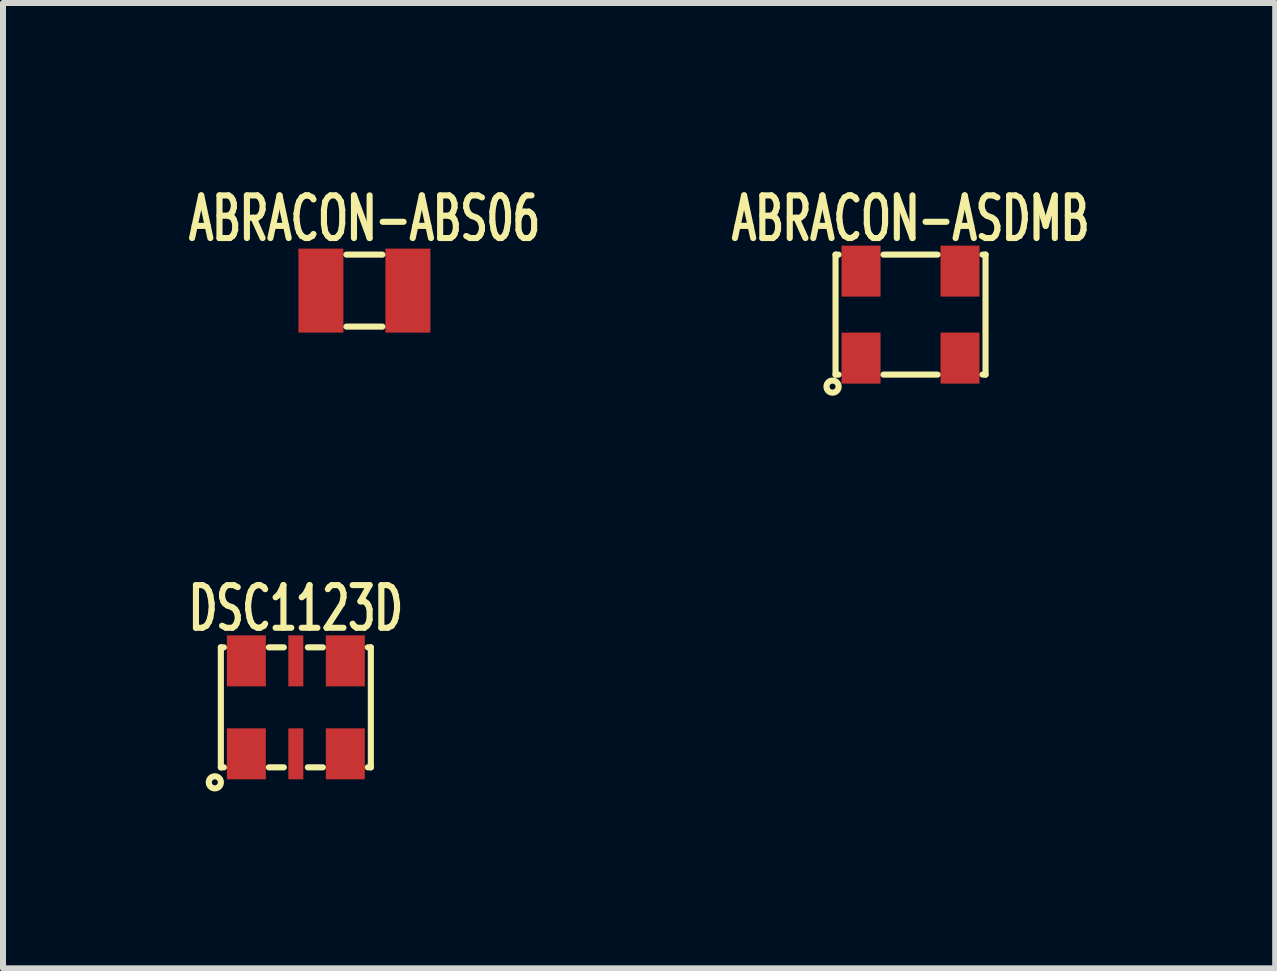
<source format=kicad_pcb>
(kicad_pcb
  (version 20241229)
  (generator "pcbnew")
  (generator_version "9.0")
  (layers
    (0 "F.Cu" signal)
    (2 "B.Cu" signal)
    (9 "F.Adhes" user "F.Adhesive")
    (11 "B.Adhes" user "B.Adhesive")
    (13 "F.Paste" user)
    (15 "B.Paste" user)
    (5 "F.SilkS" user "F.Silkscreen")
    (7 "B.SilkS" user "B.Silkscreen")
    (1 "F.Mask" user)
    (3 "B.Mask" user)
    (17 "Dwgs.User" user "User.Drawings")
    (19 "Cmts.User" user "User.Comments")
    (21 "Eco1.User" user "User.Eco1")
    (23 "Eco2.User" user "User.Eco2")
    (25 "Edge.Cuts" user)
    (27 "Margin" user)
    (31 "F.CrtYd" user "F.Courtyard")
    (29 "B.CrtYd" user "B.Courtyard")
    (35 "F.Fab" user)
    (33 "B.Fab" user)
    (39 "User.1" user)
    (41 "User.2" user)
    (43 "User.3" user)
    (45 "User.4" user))
  (footprint "DSC1123D"
    (layer "F.Cu")
    (at 1.881 8.74)
    (property "Reference" "DSC1123D" (at 0 -1.65 0) (layer "F.SilkS") (effects (font (size 0.711 0.457) (thickness 0.102))))
    (attr through_hole)
    (fp_line (start -1.25 -1) (end -1.25 1) (stroke (width 0.102) (type solid)) (layer "F.SilkS"))
    (fp_line (start -1.25 1) (end -1.2 1) (stroke (width 0.102) (type solid)) (layer "F.SilkS"))
    (fp_line (start -1.2 -1) (end -1.25 -1) (stroke (width 0.102) (type solid)) (layer "F.SilkS"))
    (fp_line (start -0.45 1) (end -0.2 1) (stroke (width 0.102) (type solid)) (layer "F.SilkS"))
    (fp_line (start -0.2 -1) (end -0.45 -1) (stroke (width 0.102) (type solid)) (layer "F.SilkS"))
    (fp_line (start 0.2 1) (end 0.45 1) (stroke (width 0.102) (type solid)) (layer "F.SilkS"))
    (fp_line (start 0.45 -1) (end 0.2 -1) (stroke (width 0.102) (type solid)) (layer "F.SilkS"))
    (fp_line (start 1.2 1) (end 1.25 1) (stroke (width 0.102) (type solid)) (layer "F.SilkS"))
    (fp_line (start 1.25 -1) (end 1.2 -1) (stroke (width 0.102) (type solid)) (layer "F.SilkS"))
    (fp_line (start 1.25 1) (end 1.25 -1) (stroke (width 0.102) (type solid)) (layer "F.SilkS"))
    (fp_circle (center -1.35 1.25) (end -1.35 1.2) (stroke (width 0.102) (type solid)) (fill no) (layer "F.SilkS"))
    (pad "1" smd rect (at -0.825 0.775) (size 0.65 0.85) (layers "F.Cu" "F.Mask" "F.Paste"))
    (pad "2" smd rect (at 0 0.775) (size 0.25 0.85) (layers "F.Cu" "F.Mask" "F.Paste"))
    (pad "3" smd rect (at 0.825 0.775) (size 0.65 0.85) (layers "F.Cu" "F.Mask" "F.Paste"))
    (pad "4" smd rect (at 0.825 -0.775) (size 0.65 0.85) (layers "F.Cu" "F.Mask" "F.Paste"))
    (pad "5" smd rect (at 0 -0.775) (size 0.25 0.85) (layers "F.Cu" "F.Mask" "F.Paste"))
    (pad "6" smd rect (at -0.825 -0.775) (size 0.65 0.85) (layers "F.Cu" "F.Mask" "F.Paste")))
  (footprint "ABRACON-ASDMB"
    (layer "F.Cu")
    (at 12.127 2.194)
    (property "Reference" "ABRACON-ASDMB" (at 0 -1.6 0) (layer "F.SilkS") (effects (font (size 0.711 0.457) (thickness 0.102))))
    (attr through_hole)
    (fp_line (start -1.25 -1) (end -1.25 1) (stroke (width 0.102) (type solid)) (layer "F.SilkS"))
    (fp_line (start -1.25 -1) (end -1.2 -1) (stroke (width 0.102) (type solid)) (layer "F.SilkS"))
    (fp_line (start -1.25 1) (end -1.2 1) (stroke (width 0.102) (type solid)) (layer "F.SilkS"))
    (fp_line (start -0.45 1) (end 0.45 1) (stroke (width 0.102) (type solid)) (layer "F.SilkS"))
    (fp_line (start 0.45 -1) (end -0.45 -1) (stroke (width 0.102) (type solid)) (layer "F.SilkS"))
    (fp_line (start 1.2 1) (end 1.25 1) (stroke (width 0.102) (type solid)) (layer "F.SilkS"))
    (fp_line (start 1.25 -1) (end 1.2 -1) (stroke (width 0.102) (type solid)) (layer "F.SilkS"))
    (fp_line (start 1.25 1) (end 1.25 -1) (stroke (width 0.102) (type solid)) (layer "F.SilkS"))
    (fp_circle (center -1.3 1.2) (end -1.3 1.15) (stroke (width 0.102) (type solid)) (fill no) (layer "F.SilkS"))
    (pad "1" smd rect (at -0.825 0.725) (size 0.65 0.85) (layers "F.Cu" "F.Mask" "F.Paste"))
    (pad "2" smd rect (at 0.825 0.725) (size 0.65 0.85) (layers "F.Cu" "F.Mask" "F.Paste"))
    (pad "3" smd rect (at 0.825 -0.725) (size 0.65 0.85) (layers "F.Cu" "F.Mask" "F.Paste"))
    (pad "4" smd rect (at -0.825 -0.725) (size 0.65 0.85) (layers "F.Cu" "F.Mask" "F.Paste")))
  (footprint "ABRACON-ABS06"
    (layer "F.Cu")
    (at 3.024 1.794)
    (property "Reference" "ABRACON-ABS06" (at 0 -1.2 0) (layer "F.SilkS") (effects (font (size 0.711 0.457) (thickness 0.102))))
    (attr through_hole)
    (fp_line (start -0.3 -0.6) (end 0.3 -0.6) (stroke (width 0.102) (type solid)) (layer "F.SilkS"))
    (fp_line (start 0.3 0.6) (end -0.3 0.6) (stroke (width 0.102) (type solid)) (layer "F.SilkS"))
    (pad "1" smd rect (at -0.725 0) (size 0.75 1.4) (layers "F.Cu" "F.Mask" "F.Paste"))
    (pad "2" smd rect (at 0.725 0) (size 0.75 1.4) (layers "F.Cu" "F.Mask" "F.Paste")))
  (gr_rect
    (start -3 -3)
    (end 18.205 13.09)
    (stroke (width 0.1) (type default))
    (fill no)
    (layer "Edge.Cuts")))
</source>
